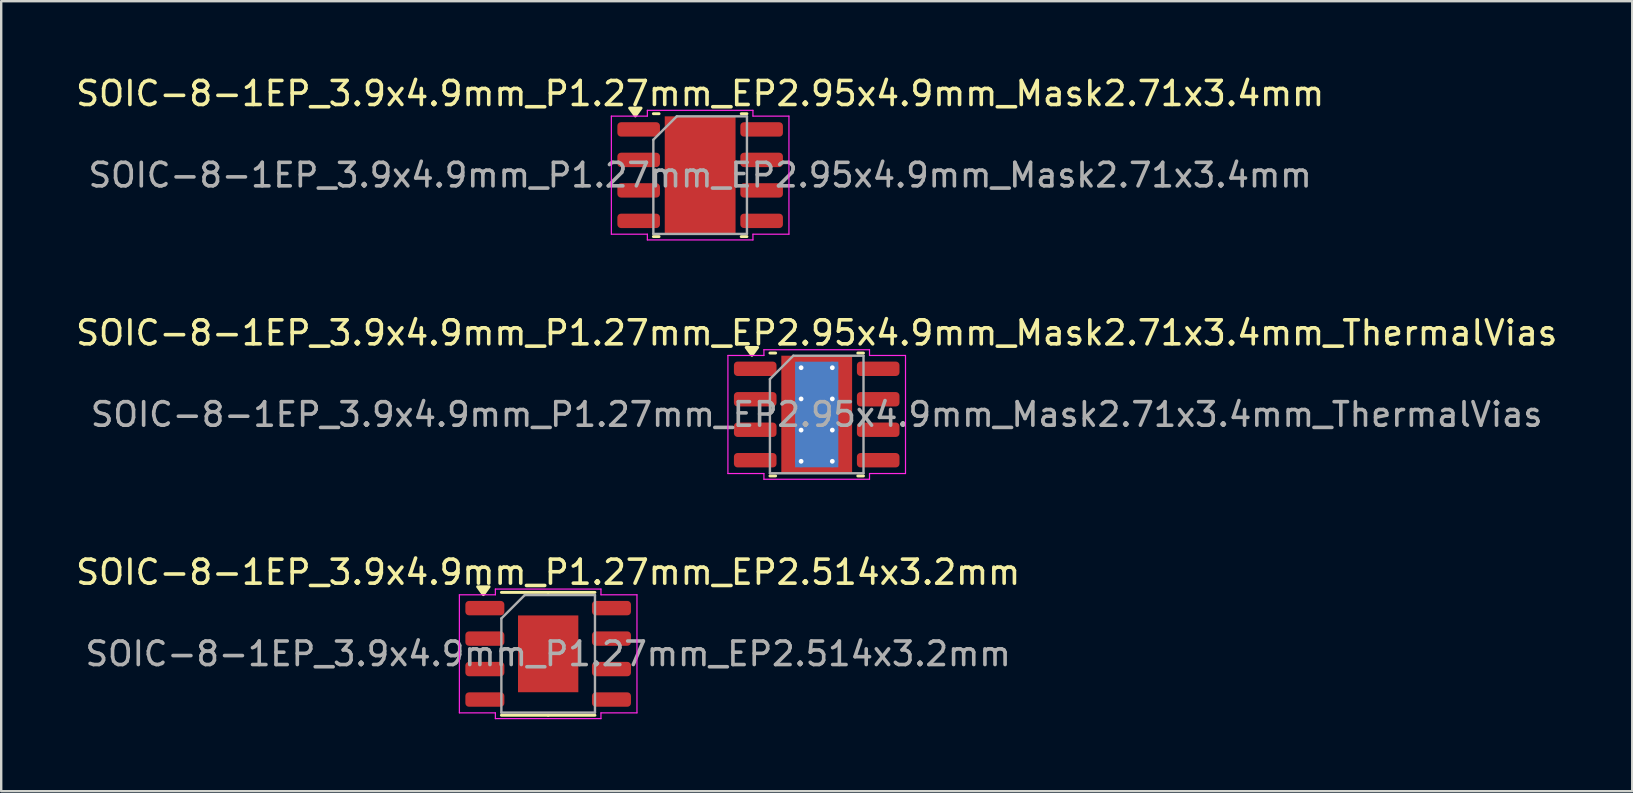
<source format=kicad_pcb>
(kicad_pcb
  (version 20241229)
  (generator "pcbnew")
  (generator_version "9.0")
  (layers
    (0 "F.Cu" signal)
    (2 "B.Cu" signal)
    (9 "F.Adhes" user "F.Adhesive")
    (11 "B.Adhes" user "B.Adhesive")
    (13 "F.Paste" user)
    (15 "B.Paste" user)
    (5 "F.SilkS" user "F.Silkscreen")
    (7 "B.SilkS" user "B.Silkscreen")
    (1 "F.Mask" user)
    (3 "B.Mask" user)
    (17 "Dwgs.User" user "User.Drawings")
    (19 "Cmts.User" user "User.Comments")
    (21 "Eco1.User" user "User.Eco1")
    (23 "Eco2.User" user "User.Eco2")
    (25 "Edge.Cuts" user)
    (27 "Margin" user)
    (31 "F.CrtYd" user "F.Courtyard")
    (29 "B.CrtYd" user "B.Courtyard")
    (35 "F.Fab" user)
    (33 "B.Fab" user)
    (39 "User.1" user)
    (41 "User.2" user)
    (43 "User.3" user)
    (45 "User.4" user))
  (footprint "SOIC-8-1EP_3.9x4.9mm_P1.27mm_EP2.514x3.2mm"
    (layer "F.Cu")
    (at 19.792 24.195)
    (property "Reference" "SOIC-8-1EP_3.9x4.9mm_P1.27mm_EP2.514x3.2mm" (at 0 -3.4 0) (layer "F.SilkS") (effects (font (size 1 1) (thickness 0.15))))
    (attr smd)
    (fp_line (start 0 -2.56) (end -1.95 -2.56) (stroke (width 0.12) (type solid)) (layer "F.SilkS"))
    (fp_line (start 0 -2.56) (end 1.95 -2.56) (stroke (width 0.12) (type solid)) (layer "F.SilkS"))
    (fp_line (start 0 2.56) (end -1.95 2.56) (stroke (width 0.12) (type solid)) (layer "F.SilkS"))
    (fp_line (start 0 2.56) (end 1.95 2.56) (stroke (width 0.12) (type solid)) (layer "F.SilkS"))
    (fp_poly (pts (xy -2.7 -2.465) (xy -2.94 -2.795) (xy -2.46 -2.795)) (stroke (width 0.12) (type solid)) (fill yes) (layer "F.SilkS"))
    (fp_line (start -3.7 -2.46) (end -2.2 -2.46) (stroke (width 0.05) (type solid)) (layer "F.CrtYd"))
    (fp_line (start -3.7 2.46) (end -3.7 -2.46) (stroke (width 0.05) (type solid)) (layer "F.CrtYd"))
    (fp_line (start -2.2 -2.7) (end 2.2 -2.7) (stroke (width 0.05) (type solid)) (layer "F.CrtYd"))
    (fp_line (start -2.2 -2.46) (end -2.2 -2.7) (stroke (width 0.05) (type solid)) (layer "F.CrtYd"))
    (fp_line (start -2.2 2.46) (end -3.7 2.46) (stroke (width 0.05) (type solid)) (layer "F.CrtYd"))
    (fp_line (start -2.2 2.7) (end -2.2 2.46) (stroke (width 0.05) (type solid)) (layer "F.CrtYd"))
    (fp_line (start 2.2 -2.7) (end 2.2 -2.46) (stroke (width 0.05) (type solid)) (layer "F.CrtYd"))
    (fp_line (start 2.2 -2.46) (end 3.7 -2.46) (stroke (width 0.05) (type solid)) (layer "F.CrtYd"))
    (fp_line (start 2.2 2.46) (end 2.2 2.7) (stroke (width 0.05) (type solid)) (layer "F.CrtYd"))
    (fp_line (start 2.2 2.7) (end -2.2 2.7) (stroke (width 0.05) (type solid)) (layer "F.CrtYd"))
    (fp_line (start 3.7 -2.46) (end 3.7 2.46) (stroke (width 0.05) (type solid)) (layer "F.CrtYd"))
    (fp_line (start 3.7 2.46) (end 2.2 2.46) (stroke (width 0.05) (type solid)) (layer "F.CrtYd"))
    (fp_line (start -1.95 -1.475) (end -0.975 -2.45) (stroke (width 0.1) (type solid)) (layer "F.Fab"))
    (fp_line (start -1.95 2.45) (end -1.95 -1.475) (stroke (width 0.1) (type solid)) (layer "F.Fab"))
    (fp_line (start -0.975 -2.45) (end 1.95 -2.45) (stroke (width 0.1) (type solid)) (layer "F.Fab"))
    (fp_line (start 1.95 -2.45) (end 1.95 2.45) (stroke (width 0.1) (type solid)) (layer "F.Fab"))
    (fp_line (start 1.95 2.45) (end -1.95 2.45) (stroke (width 0.1) (type solid)) (layer "F.Fab"))
    (fp_text user "${REFERENCE}" (at 0 0 0) (layer "F.Fab") (effects (font (size 0.98 0.98) (thickness 0.15))))
    (pad "" smd roundrect (at -0.63 -0.8) (size 1.01 1.29) (layers "F.Paste") (roundrect_rratio 0.248))
    (pad "" smd roundrect (at -0.63 0.8) (size 1.01 1.29) (layers "F.Paste") (roundrect_rratio 0.248))
    (pad "" smd roundrect (at 0.63 -0.8) (size 1.01 1.29) (layers "F.Paste") (roundrect_rratio 0.248))
    (pad "" smd roundrect (at 0.63 0.8) (size 1.01 1.29) (layers "F.Paste") (roundrect_rratio 0.248))
    (pad "1" smd roundrect (at -2.638 -1.905) (size 1.625 0.6) (layers "F.Cu" "F.Mask" "F.Paste") (roundrect_rratio 0.25))
    (pad "2" smd roundrect (at -2.638 -0.635) (size 1.625 0.6) (layers "F.Cu" "F.Mask" "F.Paste") (roundrect_rratio 0.25))
    (pad "3" smd roundrect (at -2.638 0.635) (size 1.625 0.6) (layers "F.Cu" "F.Mask" "F.Paste") (roundrect_rratio 0.25))
    (pad "4" smd roundrect (at -2.638 1.905) (size 1.625 0.6) (layers "F.Cu" "F.Mask" "F.Paste") (roundrect_rratio 0.25))
    (pad "5" smd roundrect (at 2.638 1.905) (size 1.625 0.6) (layers "F.Cu" "F.Mask" "F.Paste") (roundrect_rratio 0.25))
    (pad "6" smd roundrect (at 2.638 0.635) (size 1.625 0.6) (layers "F.Cu" "F.Mask" "F.Paste") (roundrect_rratio 0.25))
    (pad "7" smd roundrect (at 2.638 -0.635) (size 1.625 0.6) (layers "F.Cu" "F.Mask" "F.Paste") (roundrect_rratio 0.25))
    (pad "8" smd roundrect (at 2.638 -1.905) (size 1.625 0.6) (layers "F.Cu" "F.Mask" "F.Paste") (roundrect_rratio 0.25))
    (pad "9" smd rect (at 0 0) (size 2.514 3.2) (property pad_prop_heatsink) (layers "F.Cu" "F.Mask")))
  (footprint "SOIC-8-1EP_3.9x4.9mm_P1.27mm_EP2.95x4.9mm_Mask2.71x3.4mm_ThermalVias"
    (layer "F.Cu")
    (at 30.982 14.222)
    (property "Reference" "SOIC-8-1EP_3.9x4.9mm_P1.27mm_EP2.95x4.9mm_Mask2.71x3.4mm_ThermalVias" (at 0 -3.4 0) (layer "F.SilkS") (effects (font (size 1 1) (thickness 0.15))))
    (attr smd)
    (fp_line (start -1.711 -2.56) (end -1.95 -2.56) (stroke (width 0.12) (type solid)) (layer "F.SilkS"))
    (fp_line (start -1.711 2.56) (end -1.95 2.56) (stroke (width 0.12) (type solid)) (layer "F.SilkS"))
    (fp_line (start 1.711 -2.56) (end 1.95 -2.56) (stroke (width 0.12) (type solid)) (layer "F.SilkS"))
    (fp_line (start 1.711 2.56) (end 1.95 2.56) (stroke (width 0.12) (type solid)) (layer "F.SilkS"))
    (fp_poly (pts (xy -2.7 -2.465) (xy -2.94 -2.795) (xy -2.46 -2.795)) (stroke (width 0.12) (type solid)) (fill yes) (layer "F.SilkS"))
    (fp_line (start -3.7 -2.46) (end -2.2 -2.46) (stroke (width 0.05) (type solid)) (layer "F.CrtYd"))
    (fp_line (start -3.7 2.46) (end -3.7 -2.46) (stroke (width 0.05) (type solid)) (layer "F.CrtYd"))
    (fp_line (start -2.2 -2.7) (end 2.2 -2.7) (stroke (width 0.05) (type solid)) (layer "F.CrtYd"))
    (fp_line (start -2.2 -2.46) (end -2.2 -2.7) (stroke (width 0.05) (type solid)) (layer "F.CrtYd"))
    (fp_line (start -2.2 2.46) (end -3.7 2.46) (stroke (width 0.05) (type solid)) (layer "F.CrtYd"))
    (fp_line (start -2.2 2.7) (end -2.2 2.46) (stroke (width 0.05) (type solid)) (layer "F.CrtYd"))
    (fp_line (start 2.2 -2.7) (end 2.2 -2.46) (stroke (width 0.05) (type solid)) (layer "F.CrtYd"))
    (fp_line (start 2.2 -2.46) (end 3.7 -2.46) (stroke (width 0.05) (type solid)) (layer "F.CrtYd"))
    (fp_line (start 2.2 2.46) (end 2.2 2.7) (stroke (width 0.05) (type solid)) (layer "F.CrtYd"))
    (fp_line (start 2.2 2.7) (end -2.2 2.7) (stroke (width 0.05) (type solid)) (layer "F.CrtYd"))
    (fp_line (start 3.7 -2.46) (end 3.7 2.46) (stroke (width 0.05) (type solid)) (layer "F.CrtYd"))
    (fp_line (start 3.7 2.46) (end 2.2 2.46) (stroke (width 0.05) (type solid)) (layer "F.CrtYd"))
    (fp_line (start -1.95 -1.475) (end -0.975 -2.45) (stroke (width 0.1) (type solid)) (layer "F.Fab"))
    (fp_line (start -1.95 2.45) (end -1.95 -1.475) (stroke (width 0.1) (type solid)) (layer "F.Fab"))
    (fp_line (start -0.975 -2.45) (end 1.95 -2.45) (stroke (width 0.1) (type solid)) (layer "F.Fab"))
    (fp_line (start 1.95 -2.45) (end 1.95 2.45) (stroke (width 0.1) (type solid)) (layer "F.Fab"))
    (fp_line (start 1.95 2.45) (end -1.95 2.45) (stroke (width 0.1) (type solid)) (layer "F.Fab"))
    (fp_text user "${REFERENCE}" (at 0 0 0) (layer "F.Fab") (effects (font (size 0.98 0.98) (thickness 0.15))))
    (pad "" smd roundrect (at -0.68 -0.85) (size 1.13 1.42) (layers "F.Paste") (roundrect_rratio 0.221))
    (pad "" smd roundrect (at -0.68 0.85) (size 1.13 1.42) (layers "F.Paste") (roundrect_rratio 0.221))
    (pad "" smd rect (at 0 0) (size 2.71 3.4) (layers "F.Mask"))
    (pad "" smd roundrect (at 0.68 -0.85) (size 1.13 1.42) (layers "F.Paste") (roundrect_rratio 0.221))
    (pad "" smd roundrect (at 0.68 0.85) (size 1.13 1.42) (layers "F.Paste") (roundrect_rratio 0.221))
    (pad "1" smd roundrect (at -2.562 -1.905) (size 1.775 0.6) (layers "F.Cu" "F.Mask" "F.Paste") (roundrect_rratio 0.25))
    (pad "2" smd roundrect (at -2.562 -0.635) (size 1.775 0.6) (layers "F.Cu" "F.Mask" "F.Paste") (roundrect_rratio 0.25))
    (pad "3" smd roundrect (at -2.562 0.635) (size 1.775 0.6) (layers "F.Cu" "F.Mask" "F.Paste") (roundrect_rratio 0.25))
    (pad "4" smd roundrect (at -2.562 1.905) (size 1.775 0.6) (layers "F.Cu" "F.Mask" "F.Paste") (roundrect_rratio 0.25))
    (pad "5" smd roundrect (at 2.562 1.905) (size 1.775 0.6) (layers "F.Cu" "F.Mask" "F.Paste") (roundrect_rratio 0.25))
    (pad "6" smd roundrect (at 2.562 0.635) (size 1.775 0.6) (layers "F.Cu" "F.Mask" "F.Paste") (roundrect_rratio 0.25))
    (pad "7" smd roundrect (at 2.562 -0.635) (size 1.775 0.6) (layers "F.Cu" "F.Mask" "F.Paste") (roundrect_rratio 0.25))
    (pad "8" smd roundrect (at 2.562 -1.905) (size 1.775 0.6) (layers "F.Cu" "F.Mask" "F.Paste") (roundrect_rratio 0.25))
    (pad "9" thru_hole circle (at -0.65 -1.95) (size 0.5 0.5) (drill 0.2) (property pad_prop_heatsink) (layers "*.Cu"))
    (pad "9" thru_hole circle (at -0.65 -0.65) (size 0.5 0.5) (drill 0.2) (property pad_prop_heatsink) (layers "*.Cu"))
    (pad "9" thru_hole circle (at -0.65 0.65) (size 0.5 0.5) (drill 0.2) (property pad_prop_heatsink) (layers "*.Cu"))
    (pad "9" thru_hole circle (at -0.65 1.95) (size 0.5 0.5) (drill 0.2) (property pad_prop_heatsink) (layers "*.Cu"))
    (pad "9" smd rect (at 0 0) (size 1.8 4.4) (property pad_prop_heatsink) (layers "B.Cu"))
    (pad "9" smd rect (at 0 0) (size 2.95 4.9) (property pad_prop_heatsink) (layers "F.Cu"))
    (pad "9" thru_hole circle (at 0.65 -1.95) (size 0.5 0.5) (drill 0.2) (property pad_prop_heatsink) (layers "*.Cu"))
    (pad "9" thru_hole circle (at 0.65 -0.65) (size 0.5 0.5) (drill 0.2) (property pad_prop_heatsink) (layers "*.Cu"))
    (pad "9" thru_hole circle (at 0.65 0.65) (size 0.5 0.5) (drill 0.2) (property pad_prop_heatsink) (layers "*.Cu"))
    (pad "9" thru_hole circle (at 0.65 1.95) (size 0.5 0.5) (drill 0.2) (property pad_prop_heatsink) (layers "*.Cu")))
  (footprint "SOIC-8-1EP_3.9x4.9mm_P1.27mm_EP2.95x4.9mm_Mask2.71x3.4mm"
    (layer "F.Cu")
    (at 26.125 4.248)
    (property "Reference" "SOIC-8-1EP_3.9x4.9mm_P1.27mm_EP2.95x4.9mm_Mask2.71x3.4mm" (at 0 -3.4 0) (layer "F.SilkS") (effects (font (size 1 1) (thickness 0.15))))
    (attr smd)
    (fp_line (start -1.711 -2.56) (end -1.95 -2.56) (stroke (width 0.12) (type solid)) (layer "F.SilkS"))
    (fp_line (start -1.711 2.56) (end -1.95 2.56) (stroke (width 0.12) (type solid)) (layer "F.SilkS"))
    (fp_line (start 1.711 -2.56) (end 1.95 -2.56) (stroke (width 0.12) (type solid)) (layer "F.SilkS"))
    (fp_line (start 1.711 2.56) (end 1.95 2.56) (stroke (width 0.12) (type solid)) (layer "F.SilkS"))
    (fp_poly (pts (xy -2.7 -2.465) (xy -2.94 -2.795) (xy -2.46 -2.795)) (stroke (width 0.12) (type solid)) (fill yes) (layer "F.SilkS"))
    (fp_line (start -3.7 -2.46) (end -2.2 -2.46) (stroke (width 0.05) (type solid)) (layer "F.CrtYd"))
    (fp_line (start -3.7 2.46) (end -3.7 -2.46) (stroke (width 0.05) (type solid)) (layer "F.CrtYd"))
    (fp_line (start -2.2 -2.7) (end 2.2 -2.7) (stroke (width 0.05) (type solid)) (layer "F.CrtYd"))
    (fp_line (start -2.2 -2.46) (end -2.2 -2.7) (stroke (width 0.05) (type solid)) (layer "F.CrtYd"))
    (fp_line (start -2.2 2.46) (end -3.7 2.46) (stroke (width 0.05) (type solid)) (layer "F.CrtYd"))
    (fp_line (start -2.2 2.7) (end -2.2 2.46) (stroke (width 0.05) (type solid)) (layer "F.CrtYd"))
    (fp_line (start 2.2 -2.7) (end 2.2 -2.46) (stroke (width 0.05) (type solid)) (layer "F.CrtYd"))
    (fp_line (start 2.2 -2.46) (end 3.7 -2.46) (stroke (width 0.05) (type solid)) (layer "F.CrtYd"))
    (fp_line (start 2.2 2.46) (end 2.2 2.7) (stroke (width 0.05) (type solid)) (layer "F.CrtYd"))
    (fp_line (start 2.2 2.7) (end -2.2 2.7) (stroke (width 0.05) (type solid)) (layer "F.CrtYd"))
    (fp_line (start 3.7 -2.46) (end 3.7 2.46) (stroke (width 0.05) (type solid)) (layer "F.CrtYd"))
    (fp_line (start 3.7 2.46) (end 2.2 2.46) (stroke (width 0.05) (type solid)) (layer "F.CrtYd"))
    (fp_line (start -1.95 -1.475) (end -0.975 -2.45) (stroke (width 0.1) (type solid)) (layer "F.Fab"))
    (fp_line (start -1.95 2.45) (end -1.95 -1.475) (stroke (width 0.1) (type solid)) (layer "F.Fab"))
    (fp_line (start -0.975 -2.45) (end 1.95 -2.45) (stroke (width 0.1) (type solid)) (layer "F.Fab"))
    (fp_line (start 1.95 -2.45) (end 1.95 2.45) (stroke (width 0.1) (type solid)) (layer "F.Fab"))
    (fp_line (start 1.95 2.45) (end -1.95 2.45) (stroke (width 0.1) (type solid)) (layer "F.Fab"))
    (fp_text user "${REFERENCE}" (at 0 0 0) (layer "F.Fab") (effects (font (size 0.98 0.98) (thickness 0.15))))
    (pad "" smd roundrect (at -0.68 -0.85) (size 1.09 1.37) (layers "F.Paste") (roundrect_rratio 0.229))
    (pad "" smd roundrect (at -0.68 0.85) (size 1.09 1.37) (layers "F.Paste") (roundrect_rratio 0.229))
    (pad "" smd rect (at 0 0) (size 2.71 3.4) (layers "F.Mask"))
    (pad "" smd roundrect (at 0.68 -0.85) (size 1.09 1.37) (layers "F.Paste") (roundrect_rratio 0.229))
    (pad "" smd roundrect (at 0.68 0.85) (size 1.09 1.37) (layers "F.Paste") (roundrect_rratio 0.229))
    (pad "1" smd roundrect (at -2.562 -1.905) (size 1.775 0.6) (layers "F.Cu" "F.Mask" "F.Paste") (roundrect_rratio 0.25))
    (pad "2" smd roundrect (at -2.562 -0.635) (size 1.775 0.6) (layers "F.Cu" "F.Mask" "F.Paste") (roundrect_rratio 0.25))
    (pad "3" smd roundrect (at -2.562 0.635) (size 1.775 0.6) (layers "F.Cu" "F.Mask" "F.Paste") (roundrect_rratio 0.25))
    (pad "4" smd roundrect (at -2.562 1.905) (size 1.775 0.6) (layers "F.Cu" "F.Mask" "F.Paste") (roundrect_rratio 0.25))
    (pad "5" smd roundrect (at 2.562 1.905) (size 1.775 0.6) (layers "F.Cu" "F.Mask" "F.Paste") (roundrect_rratio 0.25))
    (pad "6" smd roundrect (at 2.562 0.635) (size 1.775 0.6) (layers "F.Cu" "F.Mask" "F.Paste") (roundrect_rratio 0.25))
    (pad "7" smd roundrect (at 2.562 -0.635) (size 1.775 0.6) (layers "F.Cu" "F.Mask" "F.Paste") (roundrect_rratio 0.25))
    (pad "8" smd roundrect (at 2.562 -1.905) (size 1.775 0.6) (layers "F.Cu" "F.Mask" "F.Paste") (roundrect_rratio 0.25))
    (pad "9" smd rect (at 0 0) (size 2.95 4.9) (property pad_prop_heatsink) (layers "F.Cu")))
  (gr_rect
    (start -3 -3)
    (end 64.964 29.92)
    (stroke (width 0.1) (type default))
    (fill no)
    (layer "Edge.Cuts")))
</source>
